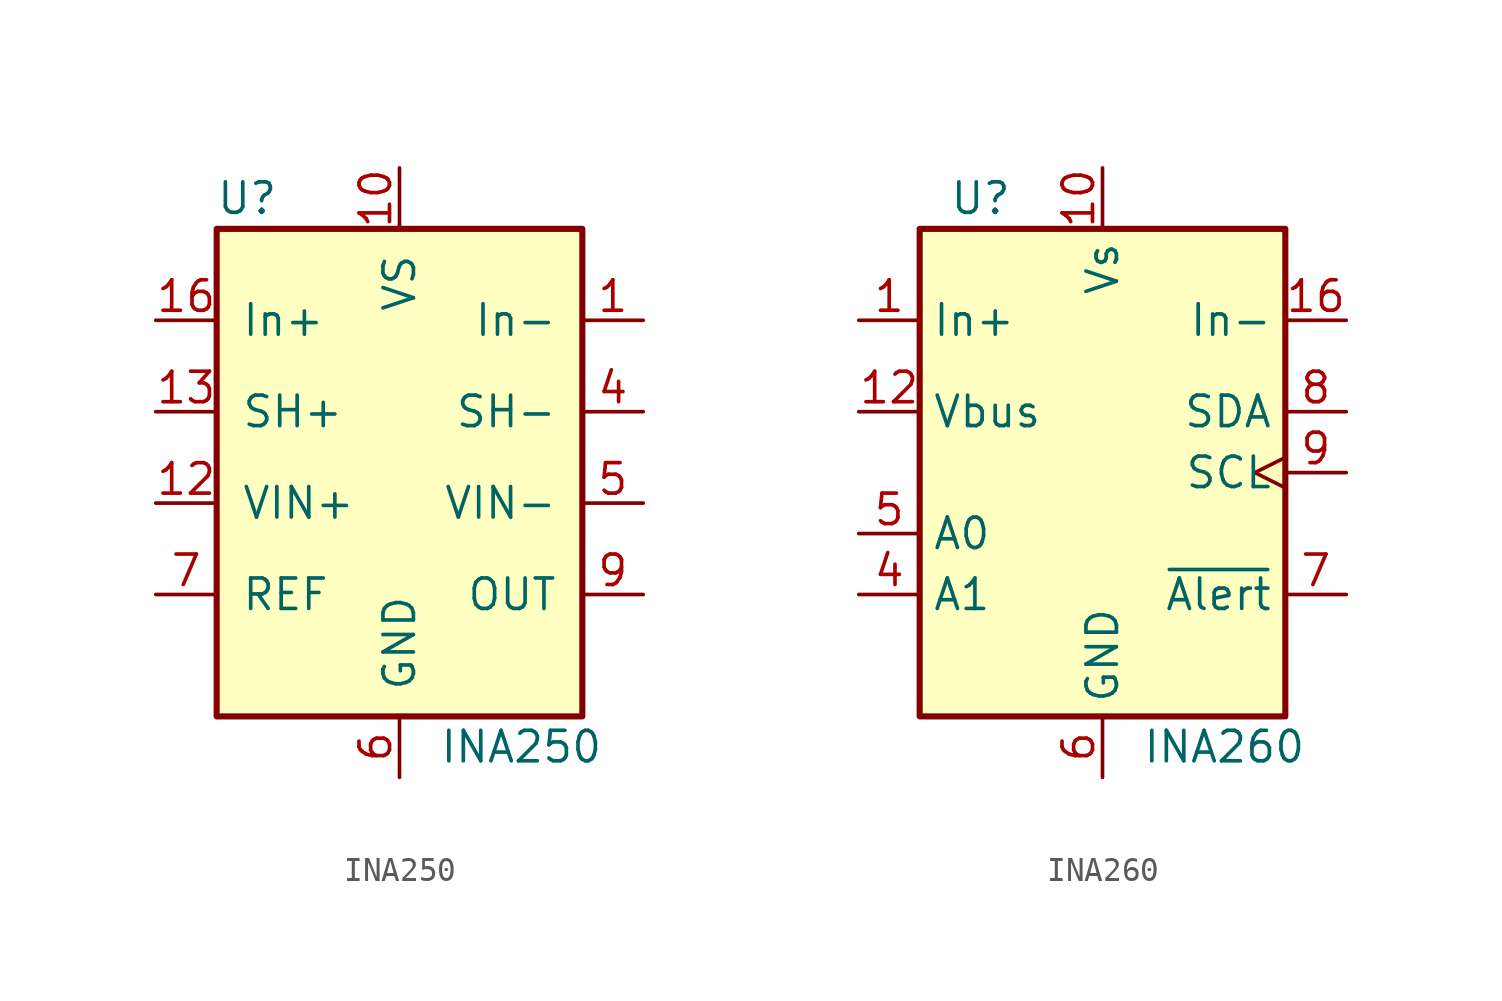
<source format=kicad_sym>
(kicad_symbol_lib
  (version 20211014)
  (generator kicad_symbol_editor)
  (symbol "INA250"
    (pin_names
      (offset 1.016))
    (property "Reference" "U"
      (at 6.35 -2.54 0)
      (effects (font (size 1.27 1.27))))
    (property "Value" "INA250"
      (at 17.78 -25.4 0)
      (effects (font (size 1.27 1.27))))
    (symbol "INA250_1_1"
      (rectangle (start 20.32 -3.81) (end 5.08 -24.13) (stroke (width 0.254) (type default) (color 0 0 0 0)) (fill (type background)))
      (pin input line (at 22.86 -7.62 180) (length 2.54) (name "In-" (effects (font (size 1.27 1.27)))) (number "1" (effects (font (size 1.27 1.27)))))
      (pin power_in line (at 12.7 -1.27 270) (length 2.54) (name "VS" (effects (font (size 1.27 1.27)))) (number "10" (effects (font (size 1.27 1.27)))))
      (pin power_in line (at 12.7 -26.67 90) (length 2.54) hide (name "GND" (effects (font (size 1.27 1.27)))) (number "11" (effects (font (size 1.27 1.27)))))
      (pin input line (at 2.54 -15.24 0) (length 2.54) (name "VIN+" (effects (font (size 1.27 1.27)))) (number "12" (effects (font (size 1.27 1.27)))))
      (pin output line (at 2.54 -11.43 0) (length 2.54) (name "SH+" (effects (font (size 1.27 1.27)))) (number "13" (effects (font (size 1.27 1.27)))))
      (pin input line (at 2.54 -7.62 0) (length 2.54) hide (name "In+" (effects (font (size 1.27 1.27)))) (number "14" (effects (font (size 1.27 1.27)))))
      (pin input line (at 2.54 -7.62 0) (length 2.54) hide (name "In+" (effects (font (size 1.27 1.27)))) (number "15" (effects (font (size 1.27 1.27)))))
      (pin input line (at 2.54 -7.62 0) (length 2.54) (name "In+" (effects (font (size 1.27 1.27)))) (number "16" (effects (font (size 1.27 1.27)))))
      (pin input line (at 22.86 -7.62 180) (length 2.54) hide (name "In-" (effects (font (size 1.27 1.27)))) (number "2" (effects (font (size 1.27 1.27)))))
      (pin input line (at 22.86 -7.62 180) (length 2.54) hide (name "In-" (effects (font (size 1.27 1.27)))) (number "3" (effects (font (size 1.27 1.27)))))
      (pin output line (at 22.86 -11.43 180) (length 2.54) (name "SH-" (effects (font (size 1.27 1.27)))) (number "4" (effects (font (size 1.27 1.27)))))
      (pin input line (at 22.86 -15.24 180) (length 2.54) (name "VIN-" (effects (font (size 1.27 1.27)))) (number "5" (effects (font (size 1.27 1.27)))))
      (pin power_in line (at 12.7 -26.67 90) (length 2.54) (name "GND" (effects (font (size 1.27 1.27)))) (number "6" (effects (font (size 1.27 1.27)))))
      (pin input line (at 2.54 -19.05 0) (length 2.54) (name "REF" (effects (font (size 1.27 1.27)))) (number "7" (effects (font (size 1.27 1.27)))))
      (pin power_in line (at 12.7 -26.67 90) (length 2.54) hide (name "GND" (effects (font (size 1.27 1.27)))) (number "8" (effects (font (size 1.27 1.27)))))
      (pin output line (at 22.86 -19.05 180) (length 2.54) (name "OUT" (effects (font (size 1.27 1.27)))) (number "9" (effects (font (size 1.27 1.27)))))))
  (symbol "INA260"
    (property "Reference" "U"
      (at -5.08 11.43 0)
      (effects (font (size 1.27 1.27))))
    (property "Value" "INA260"
      (at 5.08 -11.43 0)
      (effects (font (size 1.27 1.27))))
    (symbol "INA260_0_1"
      (rectangle (start 7.62 10.16) (end -7.62 -10.16) (stroke (width 0.254) (type default) (color 0 0 0 0)) (fill (type background))))
    (symbol "INA260_1_1"
      (pin input line (at -10.16 6.35 0) (length 2.54) (name "In+" (effects (font (size 1.27 1.27)))) (number "1" (effects (font (size 1.27 1.27)))))
      (pin power_in line (at 0 12.7 270) (length 2.54) (name "Vs" (effects (font (size 1.27 1.27)))) (number "10" (effects (font (size 1.27 1.27)))))
      (pin power_in line (at 0 -12.7 90) (length 2.54) hide (name "GND" (effects (font (size 1.27 1.27)))) (number "11" (effects (font (size 1.27 1.27)))))
      (pin input line (at -10.16 2.54 0) (length 2.54) (name "Vbus" (effects (font (size 1.27 1.27)))) (number "12" (effects (font (size 1.27 1.27)))))
      (pin no_connect line (at 10.16 -8.89 180) (length 2.54) hide (name "NC" (effects (font (size 1.27 1.27)))) (number "13" (effects (font (size 1.27 1.27)))))
      (pin input line (at 10.16 6.35 180) (length 2.54) hide (name "In-" (effects (font (size 1.27 1.27)))) (number "14" (effects (font (size 1.27 1.27)))))
      (pin input line (at 10.16 6.35 180) (length 2.54) hide (name "In-" (effects (font (size 1.27 1.27)))) (number "15" (effects (font (size 1.27 1.27)))))
      (pin input line (at 10.16 6.35 180) (length 2.54) (name "In-" (effects (font (size 1.27 1.27)))) (number "16" (effects (font (size 1.27 1.27)))))
      (pin input line (at -10.16 6.35 0) (length 2.54) hide (name "In+" (effects (font (size 1.27 1.27)))) (number "2" (effects (font (size 1.27 1.27)))))
      (pin input line (at -10.16 6.35 0) (length 2.54) hide (name "In+" (effects (font (size 1.27 1.27)))) (number "3" (effects (font (size 1.27 1.27)))))
      (pin passive line (at -10.16 -5.08 0) (length 2.54) (name "A1" (effects (font (size 1.27 1.27)))) (number "4" (effects (font (size 1.27 1.27)))))
      (pin passive line (at -10.16 -2.54 0) (length 2.54) (name "A0" (effects (font (size 1.27 1.27)))) (number "5" (effects (font (size 1.27 1.27)))))
      (pin power_in line (at 0 -12.7 90) (length 2.54) (name "GND" (effects (font (size 1.27 1.27)))) (number "6" (effects (font (size 1.27 1.27)))))
      (pin open_collector line (at 10.16 -5.08 180) (length 2.54) (name "~{Alert}" (effects (font (size 1.27 1.27)))) (number "7" (effects (font (size 1.27 1.27)))))
      (pin bidirectional line (at 10.16 2.54 180) (length 2.54) (name "SDA" (effects (font (size 1.27 1.27)))) (number "8" (effects (font (size 1.27 1.27)))))
      (pin input clock (at 10.16 0 180) (length 2.54) (name "SCL" (effects (font (size 1.27 1.27)))) (number "9" (effects (font (size 1.27 1.27))))))))
</source>
